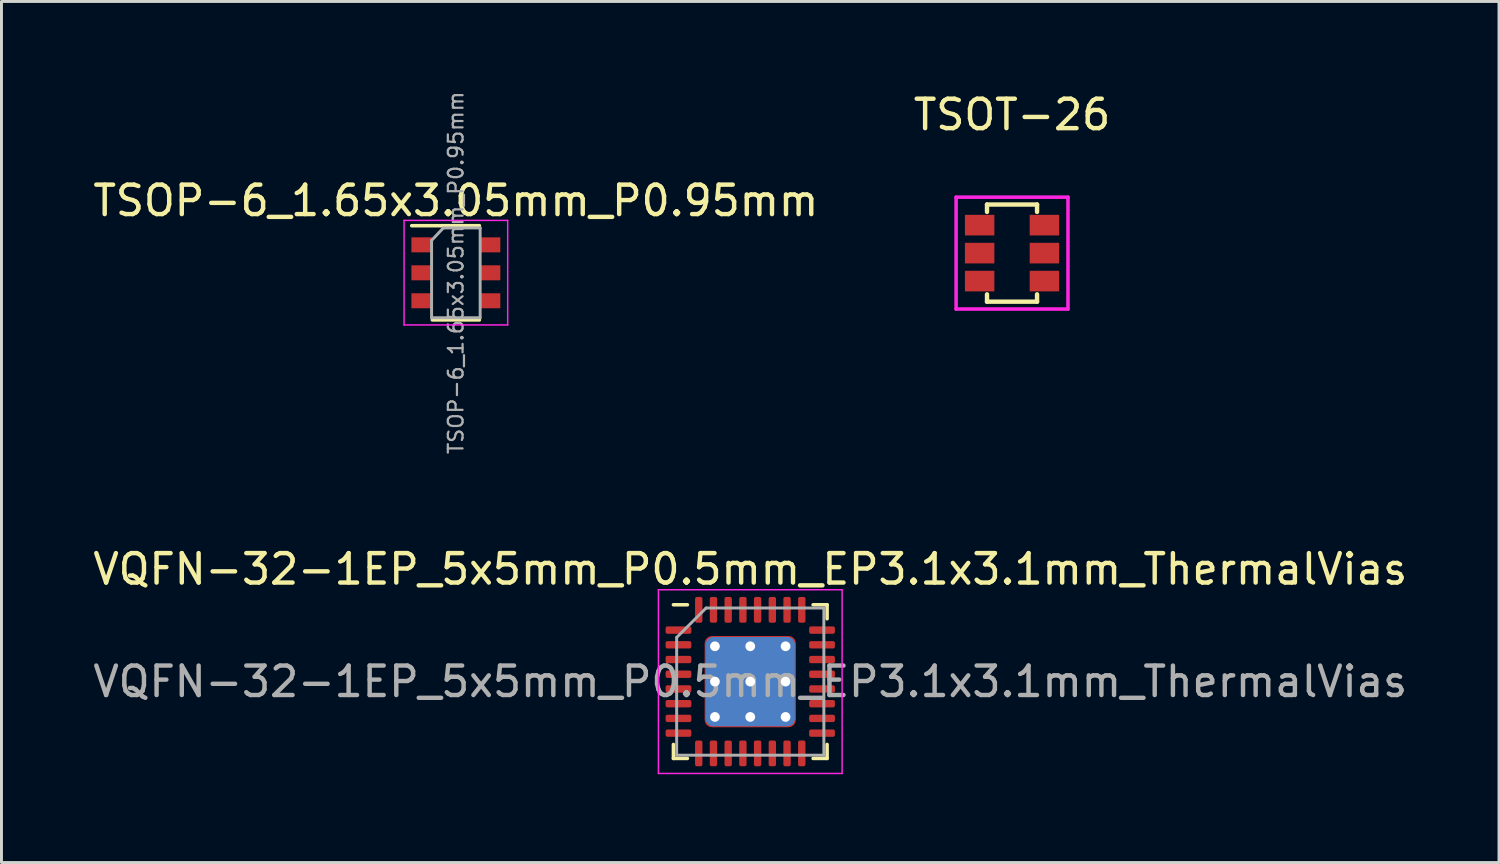
<source format=kicad_pcb>
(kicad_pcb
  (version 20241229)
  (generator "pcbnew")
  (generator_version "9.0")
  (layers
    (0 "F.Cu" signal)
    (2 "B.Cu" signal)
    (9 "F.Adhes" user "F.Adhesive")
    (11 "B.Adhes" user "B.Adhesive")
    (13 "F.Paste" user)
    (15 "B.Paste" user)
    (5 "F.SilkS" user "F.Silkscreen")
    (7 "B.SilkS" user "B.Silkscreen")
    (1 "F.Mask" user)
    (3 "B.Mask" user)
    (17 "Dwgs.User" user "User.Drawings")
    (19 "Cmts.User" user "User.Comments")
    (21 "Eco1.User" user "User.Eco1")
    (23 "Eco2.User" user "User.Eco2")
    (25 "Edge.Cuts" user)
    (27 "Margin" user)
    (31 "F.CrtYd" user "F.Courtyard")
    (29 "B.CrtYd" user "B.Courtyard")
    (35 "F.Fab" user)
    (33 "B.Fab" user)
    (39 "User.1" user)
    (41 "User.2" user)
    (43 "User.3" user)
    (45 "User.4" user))
  (footprint "VQFN-32-1EP_5x5mm_P0.5mm_EP3.1x3.1mm_ThermalVias"
    (layer "F.Cu")
    (at 22.435 20.103)
    (property "Reference" "VQFN-32-1EP_5x5mm_P0.5mm_EP3.1x3.1mm_ThermalVias" (at 0 -3.82 0) (layer "F.SilkS") (effects (font (size 1 1) (thickness 0.15))))
    (attr smd)
    (fp_line (start -2.61 2.61) (end -2.61 2.135) (stroke (width 0.12) (type solid)) (layer "F.SilkS"))
    (fp_line (start -2.135 -2.61) (end -2.61 -2.61) (stroke (width 0.12) (type solid)) (layer "F.SilkS"))
    (fp_line (start -2.135 2.61) (end -2.61 2.61) (stroke (width 0.12) (type solid)) (layer "F.SilkS"))
    (fp_line (start 2.135 -2.61) (end 2.61 -2.61) (stroke (width 0.12) (type solid)) (layer "F.SilkS"))
    (fp_line (start 2.135 2.61) (end 2.61 2.61) (stroke (width 0.12) (type solid)) (layer "F.SilkS"))
    (fp_line (start 2.61 -2.61) (end 2.61 -2.135) (stroke (width 0.12) (type solid)) (layer "F.SilkS"))
    (fp_line (start 2.61 2.61) (end 2.61 2.135) (stroke (width 0.12) (type solid)) (layer "F.SilkS"))
    (fp_line (start -3.12 -3.12) (end -3.12 3.12) (stroke (width 0.05) (type solid)) (layer "F.CrtYd"))
    (fp_line (start -3.12 3.12) (end 3.12 3.12) (stroke (width 0.05) (type solid)) (layer "F.CrtYd"))
    (fp_line (start 3.12 -3.12) (end -3.12 -3.12) (stroke (width 0.05) (type solid)) (layer "F.CrtYd"))
    (fp_line (start 3.12 3.12) (end 3.12 -3.12) (stroke (width 0.05) (type solid)) (layer "F.CrtYd"))
    (fp_line (start -2.5 -1.5) (end -1.5 -2.5) (stroke (width 0.1) (type solid)) (layer "F.Fab"))
    (fp_line (start -2.5 2.5) (end -2.5 -1.5) (stroke (width 0.1) (type solid)) (layer "F.Fab"))
    (fp_line (start -1.5 -2.5) (end 2.5 -2.5) (stroke (width 0.1) (type solid)) (layer "F.Fab"))
    (fp_line (start 2.5 -2.5) (end 2.5 2.5) (stroke (width 0.1) (type solid)) (layer "F.Fab"))
    (fp_line (start 2.5 2.5) (end -2.5 2.5) (stroke (width 0.1) (type solid)) (layer "F.Fab"))
    (fp_text user "${REFERENCE}" (at 0 0 0) (layer "F.Fab") (effects (font (size 1 1) (thickness 0.15))))
    (pad "" smd roundrect (at -0.775 -0.775) (size 1.3 1.3) (layers "F.Paste") (roundrect_rratio 0.192))
    (pad "" smd roundrect (at -0.775 0.775) (size 1.3 1.3) (layers "F.Paste") (roundrect_rratio 0.192))
    (pad "" smd roundrect (at 0.775 -0.775) (size 1.3 1.3) (layers "F.Paste") (roundrect_rratio 0.192))
    (pad "" smd roundrect (at 0.775 0.775) (size 1.3 1.3) (layers "F.Paste") (roundrect_rratio 0.192))
    (pad "1" smd roundrect (at -2.438 -1.75) (size 0.875 0.25) (layers "F.Cu" "F.Mask" "F.Paste") (roundrect_rratio 0.25))
    (pad "2" smd roundrect (at -2.438 -1.25) (size 0.875 0.25) (layers "F.Cu" "F.Mask" "F.Paste") (roundrect_rratio 0.25))
    (pad "3" smd roundrect (at -2.438 -0.75) (size 0.875 0.25) (layers "F.Cu" "F.Mask" "F.Paste") (roundrect_rratio 0.25))
    (pad "4" smd roundrect (at -2.438 -0.25) (size 0.875 0.25) (layers "F.Cu" "F.Mask" "F.Paste") (roundrect_rratio 0.25))
    (pad "5" smd roundrect (at -2.438 0.25) (size 0.875 0.25) (layers "F.Cu" "F.Mask" "F.Paste") (roundrect_rratio 0.25))
    (pad "6" smd roundrect (at -2.438 0.75) (size 0.875 0.25) (layers "F.Cu" "F.Mask" "F.Paste") (roundrect_rratio 0.25))
    (pad "7" smd roundrect (at -2.438 1.25) (size 0.875 0.25) (layers "F.Cu" "F.Mask" "F.Paste") (roundrect_rratio 0.25))
    (pad "8" smd roundrect (at -2.438 1.75) (size 0.875 0.25) (layers "F.Cu" "F.Mask" "F.Paste") (roundrect_rratio 0.25))
    (pad "9" smd roundrect (at -1.75 2.438) (size 0.25 0.875) (layers "F.Cu" "F.Mask" "F.Paste") (roundrect_rratio 0.25))
    (pad "10" smd roundrect (at -1.25 2.438) (size 0.25 0.875) (layers "F.Cu" "F.Mask" "F.Paste") (roundrect_rratio 0.25))
    (pad "11" smd roundrect (at -0.75 2.438) (size 0.25 0.875) (layers "F.Cu" "F.Mask" "F.Paste") (roundrect_rratio 0.25))
    (pad "12" smd roundrect (at -0.25 2.438) (size 0.25 0.875) (layers "F.Cu" "F.Mask" "F.Paste") (roundrect_rratio 0.25))
    (pad "13" smd roundrect (at 0.25 2.438) (size 0.25 0.875) (layers "F.Cu" "F.Mask" "F.Paste") (roundrect_rratio 0.25))
    (pad "14" smd roundrect (at 0.75 2.438) (size 0.25 0.875) (layers "F.Cu" "F.Mask" "F.Paste") (roundrect_rratio 0.25))
    (pad "15" smd roundrect (at 1.25 2.438) (size 0.25 0.875) (layers "F.Cu" "F.Mask" "F.Paste") (roundrect_rratio 0.25))
    (pad "16" smd roundrect (at 1.75 2.438) (size 0.25 0.875) (layers "F.Cu" "F.Mask" "F.Paste") (roundrect_rratio 0.25))
    (pad "17" smd roundrect (at 2.438 1.75) (size 0.875 0.25) (layers "F.Cu" "F.Mask" "F.Paste") (roundrect_rratio 0.25))
    (pad "18" smd roundrect (at 2.438 1.25) (size 0.875 0.25) (layers "F.Cu" "F.Mask" "F.Paste") (roundrect_rratio 0.25))
    (pad "19" smd roundrect (at 2.438 0.75) (size 0.875 0.25) (layers "F.Cu" "F.Mask" "F.Paste") (roundrect_rratio 0.25))
    (pad "20" smd roundrect (at 2.438 0.25) (size 0.875 0.25) (layers "F.Cu" "F.Mask" "F.Paste") (roundrect_rratio 0.25))
    (pad "21" smd roundrect (at 2.438 -0.25) (size 0.875 0.25) (layers "F.Cu" "F.Mask" "F.Paste") (roundrect_rratio 0.25))
    (pad "22" smd roundrect (at 2.438 -0.75) (size 0.875 0.25) (layers "F.Cu" "F.Mask" "F.Paste") (roundrect_rratio 0.25))
    (pad "23" smd roundrect (at 2.438 -1.25) (size 0.875 0.25) (layers "F.Cu" "F.Mask" "F.Paste") (roundrect_rratio 0.25))
    (pad "24" smd roundrect (at 2.438 -1.75) (size 0.875 0.25) (layers "F.Cu" "F.Mask" "F.Paste") (roundrect_rratio 0.25))
    (pad "25" smd roundrect (at 1.75 -2.438) (size 0.25 0.875) (layers "F.Cu" "F.Mask" "F.Paste") (roundrect_rratio 0.25))
    (pad "26" smd roundrect (at 1.25 -2.438) (size 0.25 0.875) (layers "F.Cu" "F.Mask" "F.Paste") (roundrect_rratio 0.25))
    (pad "27" smd roundrect (at 0.75 -2.438) (size 0.25 0.875) (layers "F.Cu" "F.Mask" "F.Paste") (roundrect_rratio 0.25))
    (pad "28" smd roundrect (at 0.25 -2.438) (size 0.25 0.875) (layers "F.Cu" "F.Mask" "F.Paste") (roundrect_rratio 0.25))
    (pad "29" smd roundrect (at -0.25 -2.438) (size 0.25 0.875) (layers "F.Cu" "F.Mask" "F.Paste") (roundrect_rratio 0.25))
    (pad "30" smd roundrect (at -0.75 -2.438) (size 0.25 0.875) (layers "F.Cu" "F.Mask" "F.Paste") (roundrect_rratio 0.25))
    (pad "31" smd roundrect (at -1.25 -2.438) (size 0.25 0.875) (layers "F.Cu" "F.Mask" "F.Paste") (roundrect_rratio 0.25))
    (pad "32" smd roundrect (at -1.75 -2.438) (size 0.25 0.875) (layers "F.Cu" "F.Mask" "F.Paste") (roundrect_rratio 0.25))
    (pad "33" thru_hole circle (at -1.2 -1.2) (size 0.63 0.63) (drill 0.33) (layers "*.Cu"))
    (pad "33" thru_hole circle (at -1.2 0) (size 0.63 0.63) (drill 0.33) (layers "*.Cu"))
    (pad "33" thru_hole circle (at -1.2 1.2) (size 0.63 0.63) (drill 0.33) (layers "*.Cu"))
    (pad "33" thru_hole circle (at 0 -1.2) (size 0.63 0.63) (drill 0.33) (layers "*.Cu"))
    (pad "33" thru_hole circle (at 0 0) (size 0.63 0.63) (drill 0.33) (layers "*.Cu"))
    (pad "33" smd roundrect (at 0 0) (size 3.03 3.03) (layers "B.Cu") (roundrect_rratio 0.083))
    (pad "33" smd roundrect (at 0 0) (size 3.1 3.1) (layers "F.Cu" "F.Mask") (roundrect_rratio 0.081))
    (pad "33" thru_hole circle (at 0 1.2) (size 0.63 0.63) (drill 0.33) (layers "*.Cu"))
    (pad "33" thru_hole circle (at 1.2 -1.2) (size 0.63 0.63) (drill 0.33) (layers "*.Cu"))
    (pad "33" thru_hole circle (at 1.2 0) (size 0.63 0.63) (drill 0.33) (layers "*.Cu"))
    (pad "33" thru_hole circle (at 1.2 1.2) (size 0.63 0.63) (drill 0.33) (layers "*.Cu")))
  (footprint "TSOP-6_1.65x3.05mm_P0.95mm"
    (layer "F.Cu")
    (at 12.435 6.217)
    (property "Reference" "TSOP-6_1.65x3.05mm_P0.95mm" (at 0 -2.45 0) (layer "F.SilkS") (effects (font (size 1 1) (thickness 0.15))))
    (attr smd)
    (fp_line (start -0.8 1.6) (end 0.8 1.6) (stroke (width 0.12) (type solid)) (layer "F.SilkS"))
    (fp_line (start 0.8 -1.6) (end -1.5 -1.6) (stroke (width 0.12) (type solid)) (layer "F.SilkS"))
    (fp_line (start -1.76 -1.78) (end -1.76 1.77) (stroke (width 0.05) (type solid)) (layer "F.CrtYd"))
    (fp_line (start -1.76 -1.78) (end 1.76 -1.78) (stroke (width 0.05) (type solid)) (layer "F.CrtYd"))
    (fp_line (start 1.76 1.77) (end -1.76 1.77) (stroke (width 0.05) (type solid)) (layer "F.CrtYd"))
    (fp_line (start 1.76 1.77) (end 1.76 -1.78) (stroke (width 0.05) (type solid)) (layer "F.CrtYd"))
    (fp_line (start -0.825 -1.1) (end -0.825 1.525) (stroke (width 0.1) (type solid)) (layer "F.Fab"))
    (fp_line (start -0.825 -1.1) (end -0.425 -1.525) (stroke (width 0.1) (type solid)) (layer "F.Fab"))
    (fp_line (start 0.825 -1.525) (end -0.425 -1.525) (stroke (width 0.1) (type solid)) (layer "F.Fab"))
    (fp_line (start 0.825 -1.525) (end 0.825 1.525) (stroke (width 0.1) (type solid)) (layer "F.Fab"))
    (fp_line (start 0.825 1.525) (end -0.825 1.525) (stroke (width 0.1) (type solid)) (layer "F.Fab"))
    (fp_text user "${REFERENCE}" (at 0 0 90) (layer "F.Fab") (effects (font (size 0.5 0.5) (thickness 0.075))))
    (pad "1" smd rect (at -1.16 -0.95) (size 0.7 0.51) (layers "F.Cu" "F.Mask" "F.Paste"))
    (pad "2" smd rect (at -1.16 0) (size 0.7 0.51) (layers "F.Cu" "F.Mask" "F.Paste"))
    (pad "3" smd rect (at -1.16 0.95) (size 0.7 0.51) (layers "F.Cu" "F.Mask" "F.Paste"))
    (pad "4" smd rect (at 1.16 0.95) (size 0.7 0.51) (layers "F.Cu" "F.Mask" "F.Paste"))
    (pad "5" smd rect (at 1.16 0) (size 0.7 0.51) (layers "F.Cu" "F.Mask" "F.Paste"))
    (pad "6" smd rect (at 1.16 -0.95) (size 0.7 0.51) (layers "F.Cu" "F.Mask" "F.Paste")))
  (footprint "TSOT-26"
    (layer "F.Cu")
    (at 31.327 5.548)
    (property "Reference" "TSOT-26" (at 0 -4.7 0) (layer "F.SilkS") (effects (font (size 1 1) (thickness 0.15))))
    (attr through_hole)
    (fp_line (start -0.85 -1.65) (end 0.85 -1.65) (stroke (width 0.15) (type solid)) (layer "F.SilkS"))
    (fp_line (start -0.85 -1.4) (end -0.85 -1.65) (stroke (width 0.15) (type solid)) (layer "F.SilkS"))
    (fp_line (start -0.85 1.65) (end -0.85 1.4) (stroke (width 0.15) (type solid)) (layer "F.SilkS"))
    (fp_line (start 0.85 -1.65) (end 0.85 -1.4) (stroke (width 0.15) (type solid)) (layer "F.SilkS"))
    (fp_line (start 0.85 1.4) (end 0.85 1.65) (stroke (width 0.15) (type solid)) (layer "F.SilkS"))
    (fp_line (start 0.85 1.65) (end -0.85 1.65) (stroke (width 0.15) (type solid)) (layer "F.SilkS"))
    (fp_line (start -1.9 -1.9) (end -1.9 1.9) (stroke (width 0.12) (type solid)) (layer "F.CrtYd"))
    (fp_line (start -1.9 1.9) (end 1.9 1.9) (stroke (width 0.12) (type solid)) (layer "F.CrtYd"))
    (fp_line (start 1.9 -1.9) (end -1.9 -1.9) (stroke (width 0.12) (type solid)) (layer "F.CrtYd"))
    (fp_line (start 1.9 1.9) (end 1.9 -1.9) (stroke (width 0.12) (type solid)) (layer "F.CrtYd"))
    (pad "1" smd rect (at -1.1 -0.95) (size 1 0.7) (layers "F.Cu" "F.Mask" "F.Paste"))
    (pad "2" smd rect (at -1.1 0) (size 1 0.7) (layers "F.Cu" "F.Mask" "F.Paste"))
    (pad "3" smd rect (at -1.1 0.95) (size 1 0.7) (layers "F.Cu" "F.Mask" "F.Paste"))
    (pad "4" smd rect (at 1.1 0.95) (size 1 0.7) (layers "F.Cu" "F.Mask" "F.Paste"))
    (pad "5" smd rect (at 1.1 0) (size 1 0.7) (layers "F.Cu" "F.Mask" "F.Paste"))
    (pad "6" smd rect (at 1.1 -0.95) (size 1 0.7) (layers "F.Cu" "F.Mask" "F.Paste")))
  (gr_rect
    (start -3 -3)
    (end 47.869 26.248)
    (stroke (width 0.1) (type default))
    (fill no)
    (layer "Edge.Cuts")))
</source>
